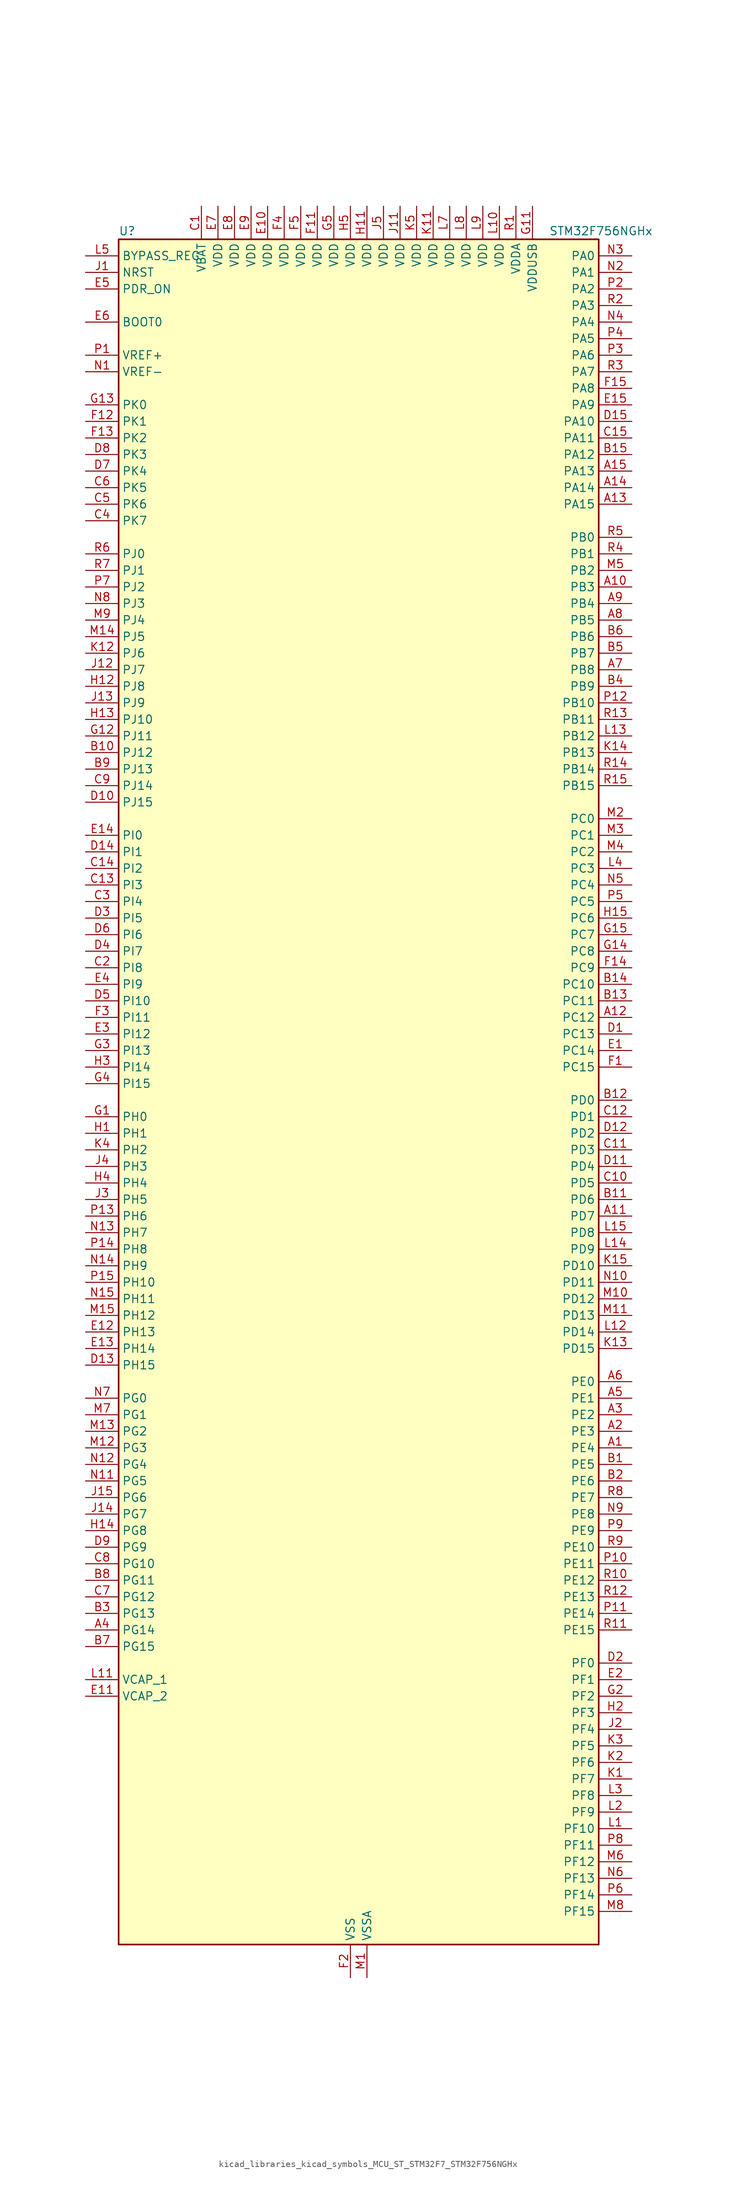
<source format=kicad_sym>
(kicad_symbol_lib
  (version 20220914)
  (generator kicad_symbol_editor)
  (symbol "kicad_libraries_kicad_symbols_MCU_ST_STM32F7_STM32F756NGHx"
    (property "Reference" "U"
      (at -35.56 133.35 0)
      (effects (font (size 1.27 1.27)) (justify left)))
    (property "Value" "STM32F756NGHx"
      (at 30.48 133.35 0)
      (effects (font (size 1.27 1.27)) (justify left)))
    (property "ki_locked" ""
      (at 0 0 0)
      (effects (font (size 1.27 1.27))))
    (symbol "kicad_libraries_kicad_symbols_MCU_ST_STM32F7_STM32F756NGHx_0_1"
      (rectangle (start -35.56 -129.54) (end 38.1 132.08) (stroke (width 0.254) (type default)) (fill (type background))))
    (symbol "kicad_libraries_kicad_symbols_MCU_ST_STM32F7_STM32F756NGHx_1_1"
      (pin bidirectional line (at 43.18 -53.34 180) (length 5.08) (name "PE4" (effects (font (size 1.27 1.27)))) (number "A1" (effects (font (size 1.27 1.27)))) (alternate "DCMI_D4" bidirectional line) (alternate "FMC_A20" bidirectional line) (alternate "LTDC_B0" bidirectional line) (alternate "SAI1_FS_A" bidirectional line) (alternate "SPI4_NSS" bidirectional line) (alternate "SYS_TRACED1" bidirectional line))
      (pin bidirectional line (at 43.18 78.74 180) (length 5.08) (name "PB3" (effects (font (size 1.27 1.27)))) (number "A10" (effects (font (size 1.27 1.27)))) (alternate "I2S1_CK" bidirectional line) (alternate "I2S3_CK" bidirectional line) (alternate "SPI1_SCK" bidirectional line) (alternate "SPI3_SCK" bidirectional line) (alternate "SYS_JTDO-SWO" bidirectional line) (alternate "TIM2_CH2" bidirectional line))
      (pin bidirectional line (at 43.18 -17.78 180) (length 5.08) (name "PD7" (effects (font (size 1.27 1.27)))) (number "A11" (effects (font (size 1.27 1.27)))) (alternate "FMC_NE1" bidirectional line) (alternate "SPDIFRX_IN0" bidirectional line) (alternate "USART2_CK" bidirectional line))
      (pin bidirectional line (at 43.18 12.7 180) (length 5.08) (name "PC12" (effects (font (size 1.27 1.27)))) (number "A12" (effects (font (size 1.27 1.27)))) (alternate "DCMI_D9" bidirectional line) (alternate "I2S3_SD" bidirectional line) (alternate "SDMMC1_CK" bidirectional line) (alternate "SPI3_MOSI" bidirectional line) (alternate "SYS_TRACED3" bidirectional line) (alternate "UART5_TX" bidirectional line) (alternate "USART3_CK" bidirectional line))
      (pin bidirectional line (at 43.18 91.44 180) (length 5.08) (name "PA15" (effects (font (size 1.27 1.27)))) (number "A13" (effects (font (size 1.27 1.27)))) (alternate "CEC" bidirectional line) (alternate "I2S1_WS" bidirectional line) (alternate "I2S3_WS" bidirectional line) (alternate "SPI1_NSS" bidirectional line) (alternate "SPI3_NSS" bidirectional line) (alternate "SYS_JTDI" bidirectional line) (alternate "TIM2_CH1" bidirectional line) (alternate "TIM2_ETR" bidirectional line) (alternate "UART4_DE" bidirectional line) (alternate "UART4_RTS" bidirectional line))
      (pin bidirectional line (at 43.18 93.98 180) (length 5.08) (name "PA14" (effects (font (size 1.27 1.27)))) (number "A14" (effects (font (size 1.27 1.27)))) (alternate "SYS_JTCK-SWCLK" bidirectional line))
      (pin bidirectional line (at 43.18 96.52 180) (length 5.08) (name "PA13" (effects (font (size 1.27 1.27)))) (number "A15" (effects (font (size 1.27 1.27)))) (alternate "SYS_JTMS-SWDIO" bidirectional line))
      (pin bidirectional line (at 43.18 -50.8 180) (length 5.08) (name "PE3" (effects (font (size 1.27 1.27)))) (number "A2" (effects (font (size 1.27 1.27)))) (alternate "FMC_A19" bidirectional line) (alternate "SAI1_SD_B" bidirectional line) (alternate "SYS_TRACED0" bidirectional line))
      (pin bidirectional line (at 43.18 -48.26 180) (length 5.08) (name "PE2" (effects (font (size 1.27 1.27)))) (number "A3" (effects (font (size 1.27 1.27)))) (alternate "ETH_TXD3" bidirectional line) (alternate "FMC_A23" bidirectional line) (alternate "QUADSPI_BK1_IO2" bidirectional line) (alternate "SAI1_MCLK_A" bidirectional line) (alternate "SPI4_SCK" bidirectional line) (alternate "SYS_TRACECLK" bidirectional line))
      (pin bidirectional line (at -40.64 -81.28 0) (length 5.08) (name "PG14" (effects (font (size 1.27 1.27)))) (number "A4" (effects (font (size 1.27 1.27)))) (alternate "ETH_TXD1" bidirectional line) (alternate "FMC_A25" bidirectional line) (alternate "LPTIM1_ETR" bidirectional line) (alternate "LTDC_B0" bidirectional line) (alternate "QUADSPI_BK2_IO3" bidirectional line) (alternate "SPI6_MOSI" bidirectional line) (alternate "SYS_TRACED1" bidirectional line) (alternate "USART6_TX" bidirectional line))
      (pin bidirectional line (at 43.18 -45.72 180) (length 5.08) (name "PE1" (effects (font (size 1.27 1.27)))) (number "A5" (effects (font (size 1.27 1.27)))) (alternate "DCMI_D3" bidirectional line) (alternate "FMC_NBL1" bidirectional line) (alternate "LPTIM1_IN2" bidirectional line) (alternate "UART8_TX" bidirectional line))
      (pin bidirectional line (at 43.18 -43.18 180) (length 5.08) (name "PE0" (effects (font (size 1.27 1.27)))) (number "A6" (effects (font (size 1.27 1.27)))) (alternate "DCMI_D2" bidirectional line) (alternate "FMC_NBL0" bidirectional line) (alternate "LPTIM1_ETR" bidirectional line) (alternate "SAI2_MCLK_A" bidirectional line) (alternate "TIM4_ETR" bidirectional line) (alternate "UART8_RX" bidirectional line))
      (pin bidirectional line (at 43.18 66.04 180) (length 5.08) (name "PB8" (effects (font (size 1.27 1.27)))) (number "A7" (effects (font (size 1.27 1.27)))) (alternate "CAN1_RX" bidirectional line) (alternate "DCMI_D6" bidirectional line) (alternate "ETH_TXD3" bidirectional line) (alternate "I2C1_SCL" bidirectional line) (alternate "LTDC_B6" bidirectional line) (alternate "SDMMC1_D4" bidirectional line) (alternate "TIM10_CH1" bidirectional line) (alternate "TIM4_CH3" bidirectional line))
      (pin bidirectional line (at 43.18 73.66 180) (length 5.08) (name "PB5" (effects (font (size 1.27 1.27)))) (number "A8" (effects (font (size 1.27 1.27)))) (alternate "CAN2_RX" bidirectional line) (alternate "DCMI_D10" bidirectional line) (alternate "ETH_PPS_OUT" bidirectional line) (alternate "FMC_SDCKE1" bidirectional line) (alternate "I2C1_SMBA" bidirectional line) (alternate "I2S1_SD" bidirectional line) (alternate "I2S3_SD" bidirectional line) (alternate "SPI1_MOSI" bidirectional line) (alternate "SPI3_MOSI" bidirectional line) (alternate "TIM3_CH2" bidirectional line) (alternate "USB_OTG_HS_ULPI_D7" bidirectional line))
      (pin bidirectional line (at 43.18 76.2 180) (length 5.08) (name "PB4" (effects (font (size 1.27 1.27)))) (number "A9" (effects (font (size 1.27 1.27)))) (alternate "I2S2_WS" bidirectional line) (alternate "SPI1_MISO" bidirectional line) (alternate "SPI2_NSS" bidirectional line) (alternate "SPI3_MISO" bidirectional line) (alternate "SYS_JTRST" bidirectional line) (alternate "TIM3_CH1" bidirectional line))
      (pin bidirectional line (at 43.18 -55.88 180) (length 5.08) (name "PE5" (effects (font (size 1.27 1.27)))) (number "B1" (effects (font (size 1.27 1.27)))) (alternate "DCMI_D6" bidirectional line) (alternate "FMC_A21" bidirectional line) (alternate "LTDC_G0" bidirectional line) (alternate "SAI1_SCK_A" bidirectional line) (alternate "SPI4_MISO" bidirectional line) (alternate "SYS_TRACED2" bidirectional line) (alternate "TIM9_CH1" bidirectional line))
      (pin bidirectional line (at -40.64 53.34 0) (length 5.08) (name "PJ12" (effects (font (size 1.27 1.27)))) (number "B10" (effects (font (size 1.27 1.27)))) (alternate "LTDC_B0" bidirectional line))
      (pin bidirectional line (at 43.18 -15.24 180) (length 5.08) (name "PD6" (effects (font (size 1.27 1.27)))) (number "B11" (effects (font (size 1.27 1.27)))) (alternate "DCMI_D10" bidirectional line) (alternate "FMC_NWAIT" bidirectional line) (alternate "I2S3_SD" bidirectional line) (alternate "LTDC_B2" bidirectional line) (alternate "SAI1_SD_A" bidirectional line) (alternate "SPI3_MOSI" bidirectional line) (alternate "USART2_RX" bidirectional line))
      (pin bidirectional line (at 43.18 0 180) (length 5.08) (name "PD0" (effects (font (size 1.27 1.27)))) (number "B12" (effects (font (size 1.27 1.27)))) (alternate "CAN1_RX" bidirectional line) (alternate "FMC_D2" bidirectional line) (alternate "FMC_DA2" bidirectional line))
      (pin bidirectional line (at 43.18 15.24 180) (length 5.08) (name "PC11" (effects (font (size 1.27 1.27)))) (number "B13" (effects (font (size 1.27 1.27)))) (alternate "ADC1_EXTI11" bidirectional line) (alternate "ADC2_EXTI11" bidirectional line) (alternate "ADC3_EXTI11" bidirectional line) (alternate "DCMI_D4" bidirectional line) (alternate "QUADSPI_BK2_NCS" bidirectional line) (alternate "SDMMC1_D3" bidirectional line) (alternate "SPI3_MISO" bidirectional line) (alternate "UART4_RX" bidirectional line) (alternate "USART3_RX" bidirectional line))
      (pin bidirectional line (at 43.18 17.78 180) (length 5.08) (name "PC10" (effects (font (size 1.27 1.27)))) (number "B14" (effects (font (size 1.27 1.27)))) (alternate "DCMI_D8" bidirectional line) (alternate "I2S3_CK" bidirectional line) (alternate "LTDC_R2" bidirectional line) (alternate "QUADSPI_BK1_IO1" bidirectional line) (alternate "SDMMC1_D2" bidirectional line) (alternate "SPI3_SCK" bidirectional line) (alternate "UART4_TX" bidirectional line) (alternate "USART3_TX" bidirectional line))
      (pin bidirectional line (at 43.18 99.06 180) (length 5.08) (name "PA12" (effects (font (size 1.27 1.27)))) (number "B15" (effects (font (size 1.27 1.27)))) (alternate "CAN1_TX" bidirectional line) (alternate "LTDC_R5" bidirectional line) (alternate "SAI2_FS_B" bidirectional line) (alternate "TIM1_ETR" bidirectional line) (alternate "USART1_DE" bidirectional line) (alternate "USART1_RTS" bidirectional line) (alternate "USB_OTG_FS_DP" bidirectional line))
      (pin bidirectional line (at 43.18 -58.42 180) (length 5.08) (name "PE6" (effects (font (size 1.27 1.27)))) (number "B2" (effects (font (size 1.27 1.27)))) (alternate "DCMI_D7" bidirectional line) (alternate "FMC_A22" bidirectional line) (alternate "LTDC_G1" bidirectional line) (alternate "SAI1_SD_A" bidirectional line) (alternate "SAI2_MCLK_B" bidirectional line) (alternate "SPI4_MOSI" bidirectional line) (alternate "SYS_TRACED3" bidirectional line) (alternate "TIM1_BKIN2" bidirectional line) (alternate "TIM9_CH2" bidirectional line))
      (pin bidirectional line (at -40.64 -78.74 0) (length 5.08) (name "PG13" (effects (font (size 1.27 1.27)))) (number "B3" (effects (font (size 1.27 1.27)))) (alternate "ETH_TXD0" bidirectional line) (alternate "FMC_A24" bidirectional line) (alternate "LPTIM1_OUT" bidirectional line) (alternate "LTDC_R0" bidirectional line) (alternate "SPI6_SCK" bidirectional line) (alternate "SYS_TRACED0" bidirectional line) (alternate "USART6_CTS" bidirectional line))
      (pin bidirectional line (at 43.18 63.5 180) (length 5.08) (name "PB9" (effects (font (size 1.27 1.27)))) (number "B4" (effects (font (size 1.27 1.27)))) (alternate "CAN1_TX" bidirectional line) (alternate "DAC_EXTI9" bidirectional line) (alternate "DCMI_D7" bidirectional line) (alternate "I2C1_SDA" bidirectional line) (alternate "I2S2_WS" bidirectional line) (alternate "LTDC_B7" bidirectional line) (alternate "SDMMC1_D5" bidirectional line) (alternate "SPI2_NSS" bidirectional line) (alternate "TIM11_CH1" bidirectional line) (alternate "TIM4_CH4" bidirectional line))
      (pin bidirectional line (at 43.18 68.58 180) (length 5.08) (name "PB7" (effects (font (size 1.27 1.27)))) (number "B5" (effects (font (size 1.27 1.27)))) (alternate "DCMI_VSYNC" bidirectional line) (alternate "FMC_NL" bidirectional line) (alternate "I2C1_SDA" bidirectional line) (alternate "TIM4_CH2" bidirectional line) (alternate "USART1_RX" bidirectional line))
      (pin bidirectional line (at 43.18 71.12 180) (length 5.08) (name "PB6" (effects (font (size 1.27 1.27)))) (number "B6" (effects (font (size 1.27 1.27)))) (alternate "CAN2_TX" bidirectional line) (alternate "CEC" bidirectional line) (alternate "DCMI_D5" bidirectional line) (alternate "FMC_SDNE1" bidirectional line) (alternate "I2C1_SCL" bidirectional line) (alternate "QUADSPI_BK1_NCS" bidirectional line) (alternate "TIM4_CH1" bidirectional line) (alternate "USART1_TX" bidirectional line))
      (pin bidirectional line (at -40.64 -83.82 0) (length 5.08) (name "PG15" (effects (font (size 1.27 1.27)))) (number "B7" (effects (font (size 1.27 1.27)))) (alternate "DCMI_D13" bidirectional line) (alternate "FMC_SDNCAS" bidirectional line) (alternate "USART6_CTS" bidirectional line))
      (pin bidirectional line (at -40.64 -73.66 0) (length 5.08) (name "PG11" (effects (font (size 1.27 1.27)))) (number "B8" (effects (font (size 1.27 1.27)))) (alternate "ADC1_EXTI11" bidirectional line) (alternate "ADC2_EXTI11" bidirectional line) (alternate "ADC3_EXTI11" bidirectional line) (alternate "DCMI_D3" bidirectional line) (alternate "ETH_TX_EN" bidirectional line) (alternate "LTDC_B3" bidirectional line) (alternate "SPDIFRX_IN0" bidirectional line))
      (pin bidirectional line (at -40.64 50.8 0) (length 5.08) (name "PJ13" (effects (font (size 1.27 1.27)))) (number "B9" (effects (font (size 1.27 1.27)))) (alternate "LTDC_B1" bidirectional line))
      (pin power_in line (at -22.86 137.16 270) (length 5.08) (name "VBAT" (effects (font (size 1.27 1.27)))) (number "C1" (effects (font (size 1.27 1.27)))))
      (pin bidirectional line (at 43.18 -12.7 180) (length 5.08) (name "PD5" (effects (font (size 1.27 1.27)))) (number "C10" (effects (font (size 1.27 1.27)))) (alternate "FMC_NWE" bidirectional line) (alternate "USART2_TX" bidirectional line))
      (pin bidirectional line (at 43.18 -7.62 180) (length 5.08) (name "PD3" (effects (font (size 1.27 1.27)))) (number "C11" (effects (font (size 1.27 1.27)))) (alternate "DCMI_D5" bidirectional line) (alternate "FMC_CLK" bidirectional line) (alternate "I2S2_CK" bidirectional line) (alternate "LTDC_G7" bidirectional line) (alternate "SPI2_SCK" bidirectional line) (alternate "USART2_CTS" bidirectional line))
      (pin bidirectional line (at 43.18 -2.54 180) (length 5.08) (name "PD1" (effects (font (size 1.27 1.27)))) (number "C12" (effects (font (size 1.27 1.27)))) (alternate "CAN1_TX" bidirectional line) (alternate "FMC_D3" bidirectional line) (alternate "FMC_DA3" bidirectional line))
      (pin bidirectional line (at -40.64 33.02 0) (length 5.08) (name "PI3" (effects (font (size 1.27 1.27)))) (number "C13" (effects (font (size 1.27 1.27)))) (alternate "DCMI_D10" bidirectional line) (alternate "FMC_D27" bidirectional line) (alternate "I2S2_SD" bidirectional line) (alternate "SPI2_MOSI" bidirectional line) (alternate "TIM8_ETR" bidirectional line))
      (pin bidirectional line (at -40.64 35.56 0) (length 5.08) (name "PI2" (effects (font (size 1.27 1.27)))) (number "C14" (effects (font (size 1.27 1.27)))) (alternate "DCMI_D9" bidirectional line) (alternate "FMC_D26" bidirectional line) (alternate "LTDC_G7" bidirectional line) (alternate "SPI2_MISO" bidirectional line) (alternate "TIM8_CH4" bidirectional line))
      (pin bidirectional line (at 43.18 101.6 180) (length 5.08) (name "PA11" (effects (font (size 1.27 1.27)))) (number "C15" (effects (font (size 1.27 1.27)))) (alternate "ADC1_EXTI11" bidirectional line) (alternate "ADC2_EXTI11" bidirectional line) (alternate "ADC3_EXTI11" bidirectional line) (alternate "CAN1_RX" bidirectional line) (alternate "LTDC_R4" bidirectional line) (alternate "TIM1_CH4" bidirectional line) (alternate "USART1_CTS" bidirectional line) (alternate "USB_OTG_FS_DM" bidirectional line))
      (pin bidirectional line (at -40.64 20.32 0) (length 5.08) (name "PI8" (effects (font (size 1.27 1.27)))) (number "C2" (effects (font (size 1.27 1.27)))) (alternate "RTC_TAMP2" bidirectional line) (alternate "RTC_TS" bidirectional line) (alternate "SYS_WKUP5" bidirectional line))
      (pin bidirectional line (at -40.64 30.48 0) (length 5.08) (name "PI4" (effects (font (size 1.27 1.27)))) (number "C3" (effects (font (size 1.27 1.27)))) (alternate "DCMI_D5" bidirectional line) (alternate "FMC_NBL2" bidirectional line) (alternate "LTDC_B4" bidirectional line) (alternate "SAI2_MCLK_A" bidirectional line) (alternate "TIM8_BKIN" bidirectional line))
      (pin bidirectional line (at -40.64 88.9 0) (length 5.08) (name "PK7" (effects (font (size 1.27 1.27)))) (number "C4" (effects (font (size 1.27 1.27)))) (alternate "LTDC_DE" bidirectional line))
      (pin bidirectional line (at -40.64 91.44 0) (length 5.08) (name "PK6" (effects (font (size 1.27 1.27)))) (number "C5" (effects (font (size 1.27 1.27)))) (alternate "LTDC_B7" bidirectional line))
      (pin bidirectional line (at -40.64 93.98 0) (length 5.08) (name "PK5" (effects (font (size 1.27 1.27)))) (number "C6" (effects (font (size 1.27 1.27)))) (alternate "LTDC_B6" bidirectional line))
      (pin bidirectional line (at -40.64 -76.2 0) (length 5.08) (name "PG12" (effects (font (size 1.27 1.27)))) (number "C7" (effects (font (size 1.27 1.27)))) (alternate "FMC_NE4" bidirectional line) (alternate "LPTIM1_IN1" bidirectional line) (alternate "LTDC_B1" bidirectional line) (alternate "LTDC_B4" bidirectional line) (alternate "SPDIFRX_IN1" bidirectional line) (alternate "SPI6_MISO" bidirectional line) (alternate "USART6_DE" bidirectional line) (alternate "USART6_RTS" bidirectional line))
      (pin bidirectional line (at -40.64 -71.12 0) (length 5.08) (name "PG10" (effects (font (size 1.27 1.27)))) (number "C8" (effects (font (size 1.27 1.27)))) (alternate "DCMI_D2" bidirectional line) (alternate "FMC_NE3" bidirectional line) (alternate "LTDC_B2" bidirectional line) (alternate "LTDC_G3" bidirectional line) (alternate "SAI2_SD_B" bidirectional line))
      (pin bidirectional line (at -40.64 48.26 0) (length 5.08) (name "PJ14" (effects (font (size 1.27 1.27)))) (number "C9" (effects (font (size 1.27 1.27)))) (alternate "LTDC_B2" bidirectional line))
      (pin bidirectional line (at 43.18 10.16 180) (length 5.08) (name "PC13" (effects (font (size 1.27 1.27)))) (number "D1" (effects (font (size 1.27 1.27)))) (alternate "RTC_OUT" bidirectional line) (alternate "RTC_TAMP1" bidirectional line) (alternate "RTC_TS" bidirectional line) (alternate "SYS_WKUP4" bidirectional line))
      (pin bidirectional line (at -40.64 45.72 0) (length 5.08) (name "PJ15" (effects (font (size 1.27 1.27)))) (number "D10" (effects (font (size 1.27 1.27)))) (alternate "LTDC_B3" bidirectional line))
      (pin bidirectional line (at 43.18 -10.16 180) (length 5.08) (name "PD4" (effects (font (size 1.27 1.27)))) (number "D11" (effects (font (size 1.27 1.27)))) (alternate "FMC_NOE" bidirectional line) (alternate "USART2_DE" bidirectional line) (alternate "USART2_RTS" bidirectional line))
      (pin bidirectional line (at 43.18 -5.08 180) (length 5.08) (name "PD2" (effects (font (size 1.27 1.27)))) (number "D12" (effects (font (size 1.27 1.27)))) (alternate "DCMI_D11" bidirectional line) (alternate "SDMMC1_CMD" bidirectional line) (alternate "SYS_TRACED2" bidirectional line) (alternate "TIM3_ETR" bidirectional line) (alternate "UART5_RX" bidirectional line))
      (pin bidirectional line (at -40.64 -40.64 0) (length 5.08) (name "PH15" (effects (font (size 1.27 1.27)))) (number "D13" (effects (font (size 1.27 1.27)))) (alternate "DCMI_D11" bidirectional line) (alternate "FMC_D23" bidirectional line) (alternate "LTDC_G4" bidirectional line) (alternate "TIM8_CH3N" bidirectional line))
      (pin bidirectional line (at -40.64 38.1 0) (length 5.08) (name "PI1" (effects (font (size 1.27 1.27)))) (number "D14" (effects (font (size 1.27 1.27)))) (alternate "DCMI_D8" bidirectional line) (alternate "FMC_D25" bidirectional line) (alternate "I2S2_CK" bidirectional line) (alternate "LTDC_G6" bidirectional line) (alternate "SPI2_SCK" bidirectional line) (alternate "TIM8_BKIN2" bidirectional line))
      (pin bidirectional line (at 43.18 104.14 180) (length 5.08) (name "PA10" (effects (font (size 1.27 1.27)))) (number "D15" (effects (font (size 1.27 1.27)))) (alternate "DCMI_D1" bidirectional line) (alternate "TIM1_CH3" bidirectional line) (alternate "USART1_RX" bidirectional line) (alternate "USB_OTG_FS_ID" bidirectional line))
      (pin bidirectional line (at 43.18 -86.36 180) (length 5.08) (name "PF0" (effects (font (size 1.27 1.27)))) (number "D2" (effects (font (size 1.27 1.27)))) (alternate "FMC_A0" bidirectional line) (alternate "I2C2_SDA" bidirectional line))
      (pin bidirectional line (at -40.64 27.94 0) (length 5.08) (name "PI5" (effects (font (size 1.27 1.27)))) (number "D3" (effects (font (size 1.27 1.27)))) (alternate "DCMI_VSYNC" bidirectional line) (alternate "FMC_NBL3" bidirectional line) (alternate "LTDC_B5" bidirectional line) (alternate "SAI2_SCK_A" bidirectional line) (alternate "TIM8_CH1" bidirectional line))
      (pin bidirectional line (at -40.64 22.86 0) (length 5.08) (name "PI7" (effects (font (size 1.27 1.27)))) (number "D4" (effects (font (size 1.27 1.27)))) (alternate "DCMI_D7" bidirectional line) (alternate "FMC_D29" bidirectional line) (alternate "LTDC_B7" bidirectional line) (alternate "SAI2_FS_A" bidirectional line) (alternate "TIM8_CH3" bidirectional line))
      (pin bidirectional line (at -40.64 15.24 0) (length 5.08) (name "PI10" (effects (font (size 1.27 1.27)))) (number "D5" (effects (font (size 1.27 1.27)))) (alternate "ETH_RX_ER" bidirectional line) (alternate "FMC_D31" bidirectional line) (alternate "LTDC_HSYNC" bidirectional line))
      (pin bidirectional line (at -40.64 25.4 0) (length 5.08) (name "PI6" (effects (font (size 1.27 1.27)))) (number "D6" (effects (font (size 1.27 1.27)))) (alternate "DCMI_D6" bidirectional line) (alternate "FMC_D28" bidirectional line) (alternate "LTDC_B6" bidirectional line) (alternate "SAI2_SD_A" bidirectional line) (alternate "TIM8_CH2" bidirectional line))
      (pin bidirectional line (at -40.64 96.52 0) (length 5.08) (name "PK4" (effects (font (size 1.27 1.27)))) (number "D7" (effects (font (size 1.27 1.27)))) (alternate "LTDC_B5" bidirectional line))
      (pin bidirectional line (at -40.64 99.06 0) (length 5.08) (name "PK3" (effects (font (size 1.27 1.27)))) (number "D8" (effects (font (size 1.27 1.27)))) (alternate "LTDC_B4" bidirectional line))
      (pin bidirectional line (at -40.64 -68.58 0) (length 5.08) (name "PG9" (effects (font (size 1.27 1.27)))) (number "D9" (effects (font (size 1.27 1.27)))) (alternate "DAC_EXTI9" bidirectional line) (alternate "DCMI_VSYNC" bidirectional line) (alternate "FMC_NCE" bidirectional line) (alternate "FMC_NE2" bidirectional line) (alternate "QUADSPI_BK2_IO2" bidirectional line) (alternate "SAI2_FS_B" bidirectional line) (alternate "SPDIFRX_IN3" bidirectional line) (alternate "USART6_RX" bidirectional line))
      (pin bidirectional line (at 43.18 7.62 180) (length 5.08) (name "PC14" (effects (font (size 1.27 1.27)))) (number "E1" (effects (font (size 1.27 1.27)))) (alternate "RCC_OSC32_IN" bidirectional line))
      (pin power_in line (at -12.7 137.16 270) (length 5.08) (name "VDD" (effects (font (size 1.27 1.27)))) (number "E10" (effects (font (size 1.27 1.27)))))
      (pin power_out line (at -40.64 -91.44 0) (length 5.08) (name "VCAP_2" (effects (font (size 1.27 1.27)))) (number "E11" (effects (font (size 1.27 1.27)))))
      (pin bidirectional line (at -40.64 -35.56 0) (length 5.08) (name "PH13" (effects (font (size 1.27 1.27)))) (number "E12" (effects (font (size 1.27 1.27)))) (alternate "CAN1_TX" bidirectional line) (alternate "FMC_D21" bidirectional line) (alternate "LTDC_G2" bidirectional line) (alternate "TIM8_CH1N" bidirectional line))
      (pin bidirectional line (at -40.64 -38.1 0) (length 5.08) (name "PH14" (effects (font (size 1.27 1.27)))) (number "E13" (effects (font (size 1.27 1.27)))) (alternate "DCMI_D4" bidirectional line) (alternate "FMC_D22" bidirectional line) (alternate "LTDC_G3" bidirectional line) (alternate "TIM8_CH2N" bidirectional line))
      (pin bidirectional line (at -40.64 40.64 0) (length 5.08) (name "PI0" (effects (font (size 1.27 1.27)))) (number "E14" (effects (font (size 1.27 1.27)))) (alternate "DCMI_D13" bidirectional line) (alternate "FMC_D24" bidirectional line) (alternate "I2S2_WS" bidirectional line) (alternate "LTDC_G5" bidirectional line) (alternate "SPI2_NSS" bidirectional line) (alternate "TIM5_CH4" bidirectional line))
      (pin bidirectional line (at 43.18 106.68 180) (length 5.08) (name "PA9" (effects (font (size 1.27 1.27)))) (number "E15" (effects (font (size 1.27 1.27)))) (alternate "DAC_EXTI9" bidirectional line) (alternate "DCMI_D0" bidirectional line) (alternate "I2C3_SMBA" bidirectional line) (alternate "I2S2_CK" bidirectional line) (alternate "SPI2_SCK" bidirectional line) (alternate "TIM1_CH2" bidirectional line) (alternate "USART1_TX" bidirectional line) (alternate "USB_OTG_FS_VBUS" bidirectional line))
      (pin bidirectional line (at 43.18 -88.9 180) (length 5.08) (name "PF1" (effects (font (size 1.27 1.27)))) (number "E2" (effects (font (size 1.27 1.27)))) (alternate "FMC_A1" bidirectional line) (alternate "I2C2_SCL" bidirectional line))
      (pin bidirectional line (at -40.64 10.16 0) (length 5.08) (name "PI12" (effects (font (size 1.27 1.27)))) (number "E3" (effects (font (size 1.27 1.27)))) (alternate "LTDC_HSYNC" bidirectional line))
      (pin bidirectional line (at -40.64 17.78 0) (length 5.08) (name "PI9" (effects (font (size 1.27 1.27)))) (number "E4" (effects (font (size 1.27 1.27)))) (alternate "CAN1_RX" bidirectional line) (alternate "DAC_EXTI9" bidirectional line) (alternate "FMC_D30" bidirectional line) (alternate "LTDC_VSYNC" bidirectional line))
      (pin input line (at -40.64 124.46 0) (length 5.08) (name "PDR_ON" (effects (font (size 1.27 1.27)))) (number "E5" (effects (font (size 1.27 1.27)))))
      (pin input line (at -40.64 119.38 0) (length 5.08) (name "BOOT0" (effects (font (size 1.27 1.27)))) (number "E6" (effects (font (size 1.27 1.27)))))
      (pin power_in line (at -20.32 137.16 270) (length 5.08) (name "VDD" (effects (font (size 1.27 1.27)))) (number "E7" (effects (font (size 1.27 1.27)))))
      (pin power_in line (at -17.78 137.16 270) (length 5.08) (name "VDD" (effects (font (size 1.27 1.27)))) (number "E8" (effects (font (size 1.27 1.27)))))
      (pin power_in line (at -15.24 137.16 270) (length 5.08) (name "VDD" (effects (font (size 1.27 1.27)))) (number "E9" (effects (font (size 1.27 1.27)))))
      (pin bidirectional line (at 43.18 5.08 180) (length 5.08) (name "PC15" (effects (font (size 1.27 1.27)))) (number "F1" (effects (font (size 1.27 1.27)))) (alternate "RCC_OSC32_OUT" bidirectional line))
      (pin passive line (at 0 -134.62 90) (length 5.08) hide (name "VSS" (effects (font (size 1.27 1.27)))) (number "F10" (effects (font (size 1.27 1.27)))))
      (pin power_in line (at -5.08 137.16 270) (length 5.08) (name "VDD" (effects (font (size 1.27 1.27)))) (number "F11" (effects (font (size 1.27 1.27)))))
      (pin bidirectional line (at -40.64 104.14 0) (length 5.08) (name "PK1" (effects (font (size 1.27 1.27)))) (number "F12" (effects (font (size 1.27 1.27)))) (alternate "LTDC_G6" bidirectional line))
      (pin bidirectional line (at -40.64 101.6 0) (length 5.08) (name "PK2" (effects (font (size 1.27 1.27)))) (number "F13" (effects (font (size 1.27 1.27)))) (alternate "LTDC_G7" bidirectional line))
      (pin bidirectional line (at 43.18 20.32 180) (length 5.08) (name "PC9" (effects (font (size 1.27 1.27)))) (number "F14" (effects (font (size 1.27 1.27)))) (alternate "DAC_EXTI9" bidirectional line) (alternate "DCMI_D3" bidirectional line) (alternate "I2C3_SDA" bidirectional line) (alternate "I2S_CKIN" bidirectional line) (alternate "QUADSPI_BK1_IO0" bidirectional line) (alternate "RCC_MCO_2" bidirectional line) (alternate "SDMMC1_D1" bidirectional line) (alternate "TIM3_CH4" bidirectional line) (alternate "TIM8_CH4" bidirectional line) (alternate "UART5_CTS" bidirectional line))
      (pin bidirectional line (at 43.18 109.22 180) (length 5.08) (name "PA8" (effects (font (size 1.27 1.27)))) (number "F15" (effects (font (size 1.27 1.27)))) (alternate "I2C3_SCL" bidirectional line) (alternate "LTDC_R6" bidirectional line) (alternate "RCC_MCO_1" bidirectional line) (alternate "TIM1_CH1" bidirectional line) (alternate "TIM8_BKIN2" bidirectional line) (alternate "USART1_CK" bidirectional line) (alternate "USB_OTG_FS_SOF" bidirectional line))
      (pin power_in line (at 0 -134.62 90) (length 5.08) (name "VSS" (effects (font (size 1.27 1.27)))) (number "F2" (effects (font (size 1.27 1.27)))))
      (pin bidirectional line (at -40.64 12.7 0) (length 5.08) (name "PI11" (effects (font (size 1.27 1.27)))) (number "F3" (effects (font (size 1.27 1.27)))) (alternate "ADC1_EXTI11" bidirectional line) (alternate "ADC2_EXTI11" bidirectional line) (alternate "ADC3_EXTI11" bidirectional line) (alternate "SYS_WKUP6" bidirectional line) (alternate "USB_OTG_HS_ULPI_DIR" bidirectional line))
      (pin power_in line (at -10.16 137.16 270) (length 5.08) (name "VDD" (effects (font (size 1.27 1.27)))) (number "F4" (effects (font (size 1.27 1.27)))))
      (pin power_in line (at -7.62 137.16 270) (length 5.08) (name "VDD" (effects (font (size 1.27 1.27)))) (number "F5" (effects (font (size 1.27 1.27)))))
      (pin passive line (at 0 -134.62 90) (length 5.08) hide (name "VSS" (effects (font (size 1.27 1.27)))) (number "F6" (effects (font (size 1.27 1.27)))))
      (pin passive line (at 0 -134.62 90) (length 5.08) hide (name "VSS" (effects (font (size 1.27 1.27)))) (number "F7" (effects (font (size 1.27 1.27)))))
      (pin passive line (at 0 -134.62 90) (length 5.08) hide (name "VSS" (effects (font (size 1.27 1.27)))) (number "F8" (effects (font (size 1.27 1.27)))))
      (pin passive line (at 0 -134.62 90) (length 5.08) hide (name "VSS" (effects (font (size 1.27 1.27)))) (number "F9" (effects (font (size 1.27 1.27)))))
      (pin bidirectional line (at -40.64 -2.54 0) (length 5.08) (name "PH0" (effects (font (size 1.27 1.27)))) (number "G1" (effects (font (size 1.27 1.27)))) (alternate "RCC_OSC_IN" bidirectional line))
      (pin passive line (at 0 -134.62 90) (length 5.08) hide (name "VSS" (effects (font (size 1.27 1.27)))) (number "G10" (effects (font (size 1.27 1.27)))))
      (pin power_in line (at 27.94 137.16 270) (length 5.08) (name "VDDUSB" (effects (font (size 1.27 1.27)))) (number "G11" (effects (font (size 1.27 1.27)))))
      (pin bidirectional line (at -40.64 55.88 0) (length 5.08) (name "PJ11" (effects (font (size 1.27 1.27)))) (number "G12" (effects (font (size 1.27 1.27)))) (alternate "ADC1_EXTI11" bidirectional line) (alternate "ADC2_EXTI11" bidirectional line) (alternate "ADC3_EXTI11" bidirectional line) (alternate "LTDC_G4" bidirectional line))
      (pin bidirectional line (at -40.64 106.68 0) (length 5.08) (name "PK0" (effects (font (size 1.27 1.27)))) (number "G13" (effects (font (size 1.27 1.27)))) (alternate "LTDC_G5" bidirectional line))
      (pin bidirectional line (at 43.18 22.86 180) (length 5.08) (name "PC8" (effects (font (size 1.27 1.27)))) (number "G14" (effects (font (size 1.27 1.27)))) (alternate "DCMI_D2" bidirectional line) (alternate "SDMMC1_D0" bidirectional line) (alternate "SYS_TRACED1" bidirectional line) (alternate "TIM3_CH3" bidirectional line) (alternate "TIM8_CH3" bidirectional line) (alternate "UART5_DE" bidirectional line) (alternate "UART5_RTS" bidirectional line) (alternate "USART6_CK" bidirectional line))
      (pin bidirectional line (at 43.18 25.4 180) (length 5.08) (name "PC7" (effects (font (size 1.27 1.27)))) (number "G15" (effects (font (size 1.27 1.27)))) (alternate "DCMI_D1" bidirectional line) (alternate "I2S3_MCK" bidirectional line) (alternate "LTDC_G6" bidirectional line) (alternate "SDMMC1_D7" bidirectional line) (alternate "TIM3_CH2" bidirectional line) (alternate "TIM8_CH2" bidirectional line) (alternate "USART6_RX" bidirectional line))
      (pin bidirectional line (at 43.18 -91.44 180) (length 5.08) (name "PF2" (effects (font (size 1.27 1.27)))) (number "G2" (effects (font (size 1.27 1.27)))) (alternate "FMC_A2" bidirectional line) (alternate "I2C2_SMBA" bidirectional line))
      (pin bidirectional line (at -40.64 7.62 0) (length 5.08) (name "PI13" (effects (font (size 1.27 1.27)))) (number "G3" (effects (font (size 1.27 1.27)))) (alternate "LTDC_VSYNC" bidirectional line))
      (pin bidirectional line (at -40.64 2.54 0) (length 5.08) (name "PI15" (effects (font (size 1.27 1.27)))) (number "G4" (effects (font (size 1.27 1.27)))) (alternate "LTDC_R0" bidirectional line))
      (pin power_in line (at -2.54 137.16 270) (length 5.08) (name "VDD" (effects (font (size 1.27 1.27)))) (number "G5" (effects (font (size 1.27 1.27)))))
      (pin passive line (at 0 -134.62 90) (length 5.08) hide (name "VSS" (effects (font (size 1.27 1.27)))) (number "G6" (effects (font (size 1.27 1.27)))))
      (pin bidirectional line (at -40.64 -5.08 0) (length 5.08) (name "PH1" (effects (font (size 1.27 1.27)))) (number "H1" (effects (font (size 1.27 1.27)))) (alternate "RCC_OSC_OUT" bidirectional line))
      (pin passive line (at 0 -134.62 90) (length 5.08) hide (name "VSS" (effects (font (size 1.27 1.27)))) (number "H10" (effects (font (size 1.27 1.27)))))
      (pin power_in line (at 2.54 137.16 270) (length 5.08) (name "VDD" (effects (font (size 1.27 1.27)))) (number "H11" (effects (font (size 1.27 1.27)))))
      (pin bidirectional line (at -40.64 63.5 0) (length 5.08) (name "PJ8" (effects (font (size 1.27 1.27)))) (number "H12" (effects (font (size 1.27 1.27)))) (alternate "LTDC_G1" bidirectional line))
      (pin bidirectional line (at -40.64 58.42 0) (length 5.08) (name "PJ10" (effects (font (size 1.27 1.27)))) (number "H13" (effects (font (size 1.27 1.27)))) (alternate "LTDC_G3" bidirectional line))
      (pin bidirectional line (at -40.64 -66.04 0) (length 5.08) (name "PG8" (effects (font (size 1.27 1.27)))) (number "H14" (effects (font (size 1.27 1.27)))) (alternate "ETH_PPS_OUT" bidirectional line) (alternate "FMC_SDCLK" bidirectional line) (alternate "SPDIFRX_IN2" bidirectional line) (alternate "SPI6_NSS" bidirectional line) (alternate "USART6_DE" bidirectional line) (alternate "USART6_RTS" bidirectional line))
      (pin bidirectional line (at 43.18 27.94 180) (length 5.08) (name "PC6" (effects (font (size 1.27 1.27)))) (number "H15" (effects (font (size 1.27 1.27)))) (alternate "DCMI_D0" bidirectional line) (alternate "I2S2_MCK" bidirectional line) (alternate "LTDC_HSYNC" bidirectional line) (alternate "SDMMC1_D6" bidirectional line) (alternate "TIM3_CH1" bidirectional line) (alternate "TIM8_CH1" bidirectional line) (alternate "USART6_TX" bidirectional line))
      (pin bidirectional line (at 43.18 -93.98 180) (length 5.08) (name "PF3" (effects (font (size 1.27 1.27)))) (number "H2" (effects (font (size 1.27 1.27)))) (alternate "ADC3_IN9" bidirectional line) (alternate "FMC_A3" bidirectional line))
      (pin bidirectional line (at -40.64 5.08 0) (length 5.08) (name "PI14" (effects (font (size 1.27 1.27)))) (number "H3" (effects (font (size 1.27 1.27)))) (alternate "LTDC_CLK" bidirectional line))
      (pin bidirectional line (at -40.64 -12.7 0) (length 5.08) (name "PH4" (effects (font (size 1.27 1.27)))) (number "H4" (effects (font (size 1.27 1.27)))) (alternate "I2C2_SCL" bidirectional line) (alternate "USB_OTG_HS_ULPI_NXT" bidirectional line))
      (pin power_in line (at 0 137.16 270) (length 5.08) (name "VDD" (effects (font (size 1.27 1.27)))) (number "H5" (effects (font (size 1.27 1.27)))))
      (pin passive line (at 0 -134.62 90) (length 5.08) hide (name "VSS" (effects (font (size 1.27 1.27)))) (number "H6" (effects (font (size 1.27 1.27)))))
      (pin input line (at -40.64 127 0) (length 5.08) (name "NRST" (effects (font (size 1.27 1.27)))) (number "J1" (effects (font (size 1.27 1.27)))))
      (pin passive line (at 0 -134.62 90) (length 5.08) hide (name "VSS" (effects (font (size 1.27 1.27)))) (number "J10" (effects (font (size 1.27 1.27)))))
      (pin power_in line (at 7.62 137.16 270) (length 5.08) (name "VDD" (effects (font (size 1.27 1.27)))) (number "J11" (effects (font (size 1.27 1.27)))))
      (pin bidirectional line (at -40.64 66.04 0) (length 5.08) (name "PJ7" (effects (font (size 1.27 1.27)))) (number "J12" (effects (font (size 1.27 1.27)))) (alternate "LTDC_G0" bidirectional line))
      (pin bidirectional line (at -40.64 60.96 0) (length 5.08) (name "PJ9" (effects (font (size 1.27 1.27)))) (number "J13" (effects (font (size 1.27 1.27)))) (alternate "DAC_EXTI9" bidirectional line) (alternate "LTDC_G2" bidirectional line))
      (pin bidirectional line (at -40.64 -63.5 0) (length 5.08) (name "PG7" (effects (font (size 1.27 1.27)))) (number "J14" (effects (font (size 1.27 1.27)))) (alternate "DCMI_D13" bidirectional line) (alternate "FMC_INT" bidirectional line) (alternate "LTDC_CLK" bidirectional line) (alternate "USART6_CK" bidirectional line))
      (pin bidirectional line (at -40.64 -60.96 0) (length 5.08) (name "PG6" (effects (font (size 1.27 1.27)))) (number "J15" (effects (font (size 1.27 1.27)))) (alternate "DCMI_D12" bidirectional line) (alternate "LTDC_R7" bidirectional line))
      (pin bidirectional line (at 43.18 -96.52 180) (length 5.08) (name "PF4" (effects (font (size 1.27 1.27)))) (number "J2" (effects (font (size 1.27 1.27)))) (alternate "ADC3_IN14" bidirectional line) (alternate "FMC_A4" bidirectional line))
      (pin bidirectional line (at -40.64 -15.24 0) (length 5.08) (name "PH5" (effects (font (size 1.27 1.27)))) (number "J3" (effects (font (size 1.27 1.27)))) (alternate "FMC_SDNWE" bidirectional line) (alternate "I2C2_SDA" bidirectional line) (alternate "SPI5_NSS" bidirectional line))
      (pin bidirectional line (at -40.64 -10.16 0) (length 5.08) (name "PH3" (effects (font (size 1.27 1.27)))) (number "J4" (effects (font (size 1.27 1.27)))) (alternate "ETH_COL" bidirectional line) (alternate "FMC_SDNE0" bidirectional line) (alternate "LTDC_R1" bidirectional line) (alternate "QUADSPI_BK2_IO1" bidirectional line) (alternate "SAI2_MCLK_B" bidirectional line))
      (pin power_in line (at 5.08 137.16 270) (length 5.08) (name "VDD" (effects (font (size 1.27 1.27)))) (number "J5" (effects (font (size 1.27 1.27)))))
      (pin passive line (at 0 -134.62 90) (length 5.08) hide (name "VSS" (effects (font (size 1.27 1.27)))) (number "J6" (effects (font (size 1.27 1.27)))))
      (pin bidirectional line (at 43.18 -104.14 180) (length 5.08) (name "PF7" (effects (font (size 1.27 1.27)))) (number "K1" (effects (font (size 1.27 1.27)))) (alternate "ADC3_IN5" bidirectional line) (alternate "QUADSPI_BK1_IO2" bidirectional line) (alternate "SAI1_MCLK_B" bidirectional line) (alternate "SPI5_SCK" bidirectional line) (alternate "TIM11_CH1" bidirectional line) (alternate "UART7_TX" bidirectional line))
      (pin passive line (at 0 -134.62 90) (length 5.08) hide (name "VSS" (effects (font (size 1.27 1.27)))) (number "K10" (effects (font (size 1.27 1.27)))))
      (pin power_in line (at 12.7 137.16 270) (length 5.08) (name "VDD" (effects (font (size 1.27 1.27)))) (number "K11" (effects (font (size 1.27 1.27)))))
      (pin bidirectional line (at -40.64 68.58 0) (length 5.08) (name "PJ6" (effects (font (size 1.27 1.27)))) (number "K12" (effects (font (size 1.27 1.27)))) (alternate "LTDC_R7" bidirectional line))
      (pin bidirectional line (at 43.18 -38.1 180) (length 5.08) (name "PD15" (effects (font (size 1.27 1.27)))) (number "K13" (effects (font (size 1.27 1.27)))) (alternate "FMC_D1" bidirectional line) (alternate "FMC_DA1" bidirectional line) (alternate "TIM4_CH4" bidirectional line) (alternate "UART8_DE" bidirectional line) (alternate "UART8_RTS" bidirectional line))
      (pin bidirectional line (at 43.18 53.34 180) (length 5.08) (name "PB13" (effects (font (size 1.27 1.27)))) (number "K14" (effects (font (size 1.27 1.27)))) (alternate "CAN2_TX" bidirectional line) (alternate "ETH_TXD1" bidirectional line) (alternate "I2S2_CK" bidirectional line) (alternate "SPI2_SCK" bidirectional line) (alternate "TIM1_CH1N" bidirectional line) (alternate "USART3_CTS" bidirectional line) (alternate "USB_OTG_HS_ULPI_D6" bidirectional line) (alternate "USB_OTG_HS_VBUS" bidirectional line))
      (pin bidirectional line (at 43.18 -25.4 180) (length 5.08) (name "PD10" (effects (font (size 1.27 1.27)))) (number "K15" (effects (font (size 1.27 1.27)))) (alternate "FMC_D15" bidirectional line) (alternate "FMC_DA15" bidirectional line) (alternate "LTDC_B3" bidirectional line) (alternate "USART3_CK" bidirectional line))
      (pin bidirectional line (at 43.18 -101.6 180) (length 5.08) (name "PF6" (effects (font (size 1.27 1.27)))) (number "K2" (effects (font (size 1.27 1.27)))) (alternate "ADC3_IN4" bidirectional line) (alternate "QUADSPI_BK1_IO3" bidirectional line) (alternate "SAI1_SD_B" bidirectional line) (alternate "SPI5_NSS" bidirectional line) (alternate "TIM10_CH1" bidirectional line) (alternate "UART7_RX" bidirectional line))
      (pin bidirectional line (at 43.18 -99.06 180) (length 5.08) (name "PF5" (effects (font (size 1.27 1.27)))) (number "K3" (effects (font (size 1.27 1.27)))) (alternate "ADC3_IN15" bidirectional line) (alternate "FMC_A5" bidirectional line))
      (pin bidirectional line (at -40.64 -7.62 0) (length 5.08) (name "PH2" (effects (font (size 1.27 1.27)))) (number "K4" (effects (font (size 1.27 1.27)))) (alternate "ETH_CRS" bidirectional line) (alternate "FMC_SDCKE0" bidirectional line) (alternate "LPTIM1_IN2" bidirectional line) (alternate "LTDC_R0" bidirectional line) (alternate "QUADSPI_BK2_IO0" bidirectional line) (alternate "SAI2_SCK_B" bidirectional line))
      (pin power_in line (at 10.16 137.16 270) (length 5.08) (name "VDD" (effects (font (size 1.27 1.27)))) (number "K5" (effects (font (size 1.27 1.27)))))
      (pin passive line (at 0 -134.62 90) (length 5.08) hide (name "VSS" (effects (font (size 1.27 1.27)))) (number "K6" (effects (font (size 1.27 1.27)))))
      (pin passive line (at 0 -134.62 90) (length 5.08) hide (name "VSS" (effects (font (size 1.27 1.27)))) (number "K7" (effects (font (size 1.27 1.27)))))
      (pin passive line (at 0 -134.62 90) (length 5.08) hide (name "VSS" (effects (font (size 1.27 1.27)))) (number "K8" (effects (font (size 1.27 1.27)))))
      (pin passive line (at 0 -134.62 90) (length 5.08) hide (name "VSS" (effects (font (size 1.27 1.27)))) (number "K9" (effects (font (size 1.27 1.27)))))
      (pin bidirectional line (at 43.18 -111.76 180) (length 5.08) (name "PF10" (effects (font (size 1.27 1.27)))) (number "L1" (effects (font (size 1.27 1.27)))) (alternate "ADC3_IN8" bidirectional line) (alternate "DCMI_D11" bidirectional line) (alternate "LTDC_DE" bidirectional line))
      (pin power_in line (at 22.86 137.16 270) (length 5.08) (name "VDD" (effects (font (size 1.27 1.27)))) (number "L10" (effects (font (size 1.27 1.27)))))
      (pin power_out line (at -40.64 -88.9 0) (length 5.08) (name "VCAP_1" (effects (font (size 1.27 1.27)))) (number "L11" (effects (font (size 1.27 1.27)))))
      (pin bidirectional line (at 43.18 -35.56 180) (length 5.08) (name "PD14" (effects (font (size 1.27 1.27)))) (number "L12" (effects (font (size 1.27 1.27)))) (alternate "FMC_D0" bidirectional line) (alternate "FMC_DA0" bidirectional line) (alternate "TIM4_CH3" bidirectional line) (alternate "UART8_CTS" bidirectional line))
      (pin bidirectional line (at 43.18 55.88 180) (length 5.08) (name "PB12" (effects (font (size 1.27 1.27)))) (number "L13" (effects (font (size 1.27 1.27)))) (alternate "CAN2_RX" bidirectional line) (alternate "ETH_TXD0" bidirectional line) (alternate "I2C2_SMBA" bidirectional line) (alternate "I2S2_WS" bidirectional line) (alternate "SPI2_NSS" bidirectional line) (alternate "TIM1_BKIN" bidirectional line) (alternate "USART3_CK" bidirectional line) (alternate "USB_OTG_HS_ID" bidirectional line) (alternate "USB_OTG_HS_ULPI_D5" bidirectional line))
      (pin bidirectional line (at 43.18 -22.86 180) (length 5.08) (name "PD9" (effects (font (size 1.27 1.27)))) (number "L14" (effects (font (size 1.27 1.27)))) (alternate "DAC_EXTI9" bidirectional line) (alternate "FMC_D14" bidirectional line) (alternate "FMC_DA14" bidirectional line) (alternate "USART3_RX" bidirectional line))
      (pin bidirectional line (at 43.18 -20.32 180) (length 5.08) (name "PD8" (effects (font (size 1.27 1.27)))) (number "L15" (effects (font (size 1.27 1.27)))) (alternate "FMC_D13" bidirectional line) (alternate "FMC_DA13" bidirectional line) (alternate "SPDIFRX_IN1" bidirectional line) (alternate "USART3_TX" bidirectional line))
      (pin bidirectional line (at 43.18 -109.22 180) (length 5.08) (name "PF9" (effects (font (size 1.27 1.27)))) (number "L2" (effects (font (size 1.27 1.27)))) (alternate "ADC3_IN7" bidirectional line) (alternate "DAC_EXTI9" bidirectional line) (alternate "QUADSPI_BK1_IO1" bidirectional line) (alternate "SAI1_FS_B" bidirectional line) (alternate "SPI5_MOSI" bidirectional line) (alternate "TIM14_CH1" bidirectional line) (alternate "UART7_CTS" bidirectional line))
      (pin bidirectional line (at 43.18 -106.68 180) (length 5.08) (name "PF8" (effects (font (size 1.27 1.27)))) (number "L3" (effects (font (size 1.27 1.27)))) (alternate "ADC3_IN6" bidirectional line) (alternate "QUADSPI_BK1_IO0" bidirectional line) (alternate "SAI1_SCK_B" bidirectional line) (alternate "SPI5_MISO" bidirectional line) (alternate "TIM13_CH1" bidirectional line) (alternate "UART7_DE" bidirectional line) (alternate "UART7_RTS" bidirectional line))
      (pin bidirectional line (at 43.18 35.56 180) (length 5.08) (name "PC3" (effects (font (size 1.27 1.27)))) (number "L4" (effects (font (size 1.27 1.27)))) (alternate "ADC1_IN13" bidirectional line) (alternate "ADC2_IN13" bidirectional line) (alternate "ADC3_IN13" bidirectional line) (alternate "ETH_TX_CLK" bidirectional line) (alternate "FMC_SDCKE0" bidirectional line) (alternate "I2S2_SD" bidirectional line) (alternate "SPI2_MOSI" bidirectional line) (alternate "USB_OTG_HS_ULPI_NXT" bidirectional line))
      (pin input line (at -40.64 129.54 0) (length 5.08) (name "BYPASS_REG" (effects (font (size 1.27 1.27)))) (number "L5" (effects (font (size 1.27 1.27)))))
      (pin passive line (at 0 -134.62 90) (length 5.08) hide (name "VSS" (effects (font (size 1.27 1.27)))) (number "L6" (effects (font (size 1.27 1.27)))))
      (pin power_in line (at 15.24 137.16 270) (length 5.08) (name "VDD" (effects (font (size 1.27 1.27)))) (number "L7" (effects (font (size 1.27 1.27)))))
      (pin power_in line (at 17.78 137.16 270) (length 5.08) (name "VDD" (effects (font (size 1.27 1.27)))) (number "L8" (effects (font (size 1.27 1.27)))))
      (pin power_in line (at 20.32 137.16 270) (length 5.08) (name "VDD" (effects (font (size 1.27 1.27)))) (number "L9" (effects (font (size 1.27 1.27)))))
      (pin power_in line (at 2.54 -134.62 90) (length 5.08) (name "VSSA" (effects (font (size 1.27 1.27)))) (number "M1" (effects (font (size 1.27 1.27)))))
      (pin bidirectional line (at 43.18 -30.48 180) (length 5.08) (name "PD12" (effects (font (size 1.27 1.27)))) (number "M10" (effects (font (size 1.27 1.27)))) (alternate "FMC_A17" bidirectional line) (alternate "FMC_ALE" bidirectional line) (alternate "I2C4_SCL" bidirectional line) (alternate "LPTIM1_IN1" bidirectional line) (alternate "QUADSPI_BK1_IO1" bidirectional line) (alternate "SAI2_FS_A" bidirectional line) (alternate "TIM4_CH1" bidirectional line) (alternate "USART3_DE" bidirectional line) (alternate "USART3_RTS" bidirectional line))
      (pin bidirectional line (at 43.18 -33.02 180) (length 5.08) (name "PD13" (effects (font (size 1.27 1.27)))) (number "M11" (effects (font (size 1.27 1.27)))) (alternate "FMC_A18" bidirectional line) (alternate "I2C4_SDA" bidirectional line) (alternate "LPTIM1_OUT" bidirectional line) (alternate "QUADSPI_BK1_IO3" bidirectional line) (alternate "SAI2_SCK_A" bidirectional line) (alternate "TIM4_CH2" bidirectional line))
      (pin bidirectional line (at -40.64 -53.34 0) (length 5.08) (name "PG3" (effects (font (size 1.27 1.27)))) (number "M12" (effects (font (size 1.27 1.27)))) (alternate "FMC_A13" bidirectional line))
      (pin bidirectional line (at -40.64 -50.8 0) (length 5.08) (name "PG2" (effects (font (size 1.27 1.27)))) (number "M13" (effects (font (size 1.27 1.27)))) (alternate "FMC_A12" bidirectional line))
      (pin bidirectional line (at -40.64 71.12 0) (length 5.08) (name "PJ5" (effects (font (size 1.27 1.27)))) (number "M14" (effects (font (size 1.27 1.27)))) (alternate "LTDC_R6" bidirectional line))
      (pin bidirectional line (at -40.64 -33.02 0) (length 5.08) (name "PH12" (effects (font (size 1.27 1.27)))) (number "M15" (effects (font (size 1.27 1.27)))) (alternate "DCMI_D3" bidirectional line) (alternate "FMC_D20" bidirectional line) (alternate "I2C4_SDA" bidirectional line) (alternate "LTDC_R6" bidirectional line) (alternate "TIM5_CH3" bidirectional line))
      (pin bidirectional line (at 43.18 43.18 180) (length 5.08) (name "PC0" (effects (font (size 1.27 1.27)))) (number "M2" (effects (font (size 1.27 1.27)))) (alternate "ADC1_IN10" bidirectional line) (alternate "ADC2_IN10" bidirectional line) (alternate "ADC3_IN10" bidirectional line) (alternate "FMC_SDNWE" bidirectional line) (alternate "LTDC_R5" bidirectional line) (alternate "SAI2_FS_B" bidirectional line) (alternate "USB_OTG_HS_ULPI_STP" bidirectional line))
      (pin bidirectional line (at 43.18 40.64 180) (length 5.08) (name "PC1" (effects (font (size 1.27 1.27)))) (number "M3" (effects (font (size 1.27 1.27)))) (alternate "ADC1_IN11" bidirectional line) (alternate "ADC2_IN11" bidirectional line) (alternate "ADC3_IN11" bidirectional line) (alternate "ETH_MDC" bidirectional line) (alternate "I2S2_SD" bidirectional line) (alternate "RTC_TAMP3" bidirectional line) (alternate "RTC_TS" bidirectional line) (alternate "SAI1_SD_A" bidirectional line) (alternate "SPI2_MOSI" bidirectional line) (alternate "SYS_TRACED0" bidirectional line) (alternate "SYS_WKUP3" bidirectional line))
      (pin bidirectional line (at 43.18 38.1 180) (length 5.08) (name "PC2" (effects (font (size 1.27 1.27)))) (number "M4" (effects (font (size 1.27 1.27)))) (alternate "ADC1_IN12" bidirectional line) (alternate "ADC2_IN12" bidirectional line) (alternate "ADC3_IN12" bidirectional line) (alternate "ETH_TXD2" bidirectional line) (alternate "FMC_SDNE0" bidirectional line) (alternate "SPI2_MISO" bidirectional line) (alternate "USB_OTG_HS_ULPI_DIR" bidirectional line))
      (pin bidirectional line (at 43.18 81.28 180) (length 5.08) (name "PB2" (effects (font (size 1.27 1.27)))) (number "M5" (effects (font (size 1.27 1.27)))) (alternate "I2S3_SD" bidirectional line) (alternate "QUADSPI_CLK" bidirectional line) (alternate "SAI1_SD_A" bidirectional line) (alternate "SPI3_MOSI" bidirectional line))
      (pin bidirectional line (at 43.18 -116.84 180) (length 5.08) (name "PF12" (effects (font (size 1.27 1.27)))) (number "M6" (effects (font (size 1.27 1.27)))) (alternate "FMC_A6" bidirectional line))
      (pin bidirectional line (at -40.64 -48.26 0) (length 5.08) (name "PG1" (effects (font (size 1.27 1.27)))) (number "M7" (effects (font (size 1.27 1.27)))) (alternate "FMC_A11" bidirectional line))
      (pin bidirectional line (at 43.18 -124.46 180) (length 5.08) (name "PF15" (effects (font (size 1.27 1.27)))) (number "M8" (effects (font (size 1.27 1.27)))) (alternate "FMC_A9" bidirectional line) (alternate "I2C4_SDA" bidirectional line))
      (pin bidirectional line (at -40.64 73.66 0) (length 5.08) (name "PJ4" (effects (font (size 1.27 1.27)))) (number "M9" (effects (font (size 1.27 1.27)))) (alternate "LTDC_R5" bidirectional line))
      (pin input line (at -40.64 111.76 0) (length 5.08) (name "VREF-" (effects (font (size 1.27 1.27)))) (number "N1" (effects (font (size 1.27 1.27)))))
      (pin bidirectional line (at 43.18 -27.94 180) (length 5.08) (name "PD11" (effects (font (size 1.27 1.27)))) (number "N10" (effects (font (size 1.27 1.27)))) (alternate "ADC1_EXTI11" bidirectional line) (alternate "ADC2_EXTI11" bidirectional line) (alternate "ADC3_EXTI11" bidirectional line) (alternate "FMC_A16" bidirectional line) (alternate "FMC_CLE" bidirectional line) (alternate "I2C4_SMBA" bidirectional line) (alternate "QUADSPI_BK1_IO0" bidirectional line) (alternate "SAI2_SD_A" bidirectional line) (alternate "USART3_CTS" bidirectional line))
      (pin bidirectional line (at -40.64 -58.42 0) (length 5.08) (name "PG5" (effects (font (size 1.27 1.27)))) (number "N11" (effects (font (size 1.27 1.27)))) (alternate "FMC_A15" bidirectional line) (alternate "FMC_BA1" bidirectional line))
      (pin bidirectional line (at -40.64 -55.88 0) (length 5.08) (name "PG4" (effects (font (size 1.27 1.27)))) (number "N12" (effects (font (size 1.27 1.27)))) (alternate "FMC_A14" bidirectional line) (alternate "FMC_BA0" bidirectional line))
      (pin bidirectional line (at -40.64 -20.32 0) (length 5.08) (name "PH7" (effects (font (size 1.27 1.27)))) (number "N13" (effects (font (size 1.27 1.27)))) (alternate "DCMI_D9" bidirectional line) (alternate "ETH_RXD3" bidirectional line) (alternate "FMC_SDCKE1" bidirectional line) (alternate "I2C3_SCL" bidirectional line) (alternate "SPI5_MISO" bidirectional line))
      (pin bidirectional line (at -40.64 -25.4 0) (length 5.08) (name "PH9" (effects (font (size 1.27 1.27)))) (number "N14" (effects (font (size 1.27 1.27)))) (alternate "DAC_EXTI9" bidirectional line) (alternate "DCMI_D0" bidirectional line) (alternate "FMC_D17" bidirectional line) (alternate "I2C3_SMBA" bidirectional line) (alternate "LTDC_R3" bidirectional line) (alternate "TIM12_CH2" bidirectional line))
      (pin bidirectional line (at -40.64 -30.48 0) (length 5.08) (name "PH11" (effects (font (size 1.27 1.27)))) (number "N15" (effects (font (size 1.27 1.27)))) (alternate "ADC1_EXTI11" bidirectional line) (alternate "ADC2_EXTI11" bidirectional line) (alternate "ADC3_EXTI11" bidirectional line) (alternate "DCMI_D2" bidirectional line) (alternate "FMC_D19" bidirectional line) (alternate "I2C4_SCL" bidirectional line) (alternate "LTDC_R5" bidirectional line) (alternate "TIM5_CH2" bidirectional line))
      (pin bidirectional line (at 43.18 127 180) (length 5.08) (name "PA1" (effects (font (size 1.27 1.27)))) (number "N2" (effects (font (size 1.27 1.27)))) (alternate "ADC1_IN1" bidirectional line) (alternate "ADC2_IN1" bidirectional line) (alternate "ADC3_IN1" bidirectional line) (alternate "ETH_REF_CLK" bidirectional line) (alternate "ETH_RX_CLK" bidirectional line) (alternate "LTDC_R2" bidirectional line) (alternate "QUADSPI_BK1_IO3" bidirectional line) (alternate "SAI2_MCLK_B" bidirectional line) (alternate "TIM2_CH2" bidirectional line) (alternate "TIM5_CH2" bidirectional line) (alternate "UART4_RX" bidirectional line) (alternate "USART2_DE" bidirectional line) (alternate "USART2_RTS" bidirectional line))
      (pin bidirectional line (at 43.18 129.54 180) (length 5.08) (name "PA0" (effects (font (size 1.27 1.27)))) (number "N3" (effects (font (size 1.27 1.27)))) (alternate "ADC1_IN0" bidirectional line) (alternate "ADC2_IN0" bidirectional line) (alternate "ADC3_IN0" bidirectional line) (alternate "ETH_CRS" bidirectional line) (alternate "SAI2_SD_B" bidirectional line) (alternate "SYS_WKUP1" bidirectional line) (alternate "TIM2_CH1" bidirectional line) (alternate "TIM2_ETR" bidirectional line) (alternate "TIM5_CH1" bidirectional line) (alternate "TIM8_ETR" bidirectional line) (alternate "UART4_TX" bidirectional line) (alternate "USART2_CTS" bidirectional line))
      (pin bidirectional line (at 43.18 119.38 180) (length 5.08) (name "PA4" (effects (font (size 1.27 1.27)))) (number "N4" (effects (font (size 1.27 1.27)))) (alternate "ADC1_IN4" bidirectional line) (alternate "ADC2_IN4" bidirectional line) (alternate "DAC_OUT1" bidirectional line) (alternate "DCMI_HSYNC" bidirectional line) (alternate "I2S1_WS" bidirectional line) (alternate "I2S3_WS" bidirectional line) (alternate "LTDC_VSYNC" bidirectional line) (alternate "SPI1_NSS" bidirectional line) (alternate "SPI3_NSS" bidirectional line) (alternate "USART2_CK" bidirectional line) (alternate "USB_OTG_HS_SOF" bidirectional line))
      (pin bidirectional line (at 43.18 33.02 180) (length 5.08) (name "PC4" (effects (font (size 1.27 1.27)))) (number "N5" (effects (font (size 1.27 1.27)))) (alternate "ADC1_IN14" bidirectional line) (alternate "ADC2_IN14" bidirectional line) (alternate "ETH_RXD0" bidirectional line) (alternate "FMC_SDNE0" bidirectional line) (alternate "I2S1_MCK" bidirectional line) (alternate "SPDIFRX_IN2" bidirectional line))
      (pin bidirectional line (at 43.18 -119.38 180) (length 5.08) (name "PF13" (effects (font (size 1.27 1.27)))) (number "N6" (effects (font (size 1.27 1.27)))) (alternate "FMC_A7" bidirectional line) (alternate "I2C4_SMBA" bidirectional line))
      (pin bidirectional line (at -40.64 -45.72 0) (length 5.08) (name "PG0" (effects (font (size 1.27 1.27)))) (number "N7" (effects (font (size 1.27 1.27)))) (alternate "FMC_A10" bidirectional line))
      (pin bidirectional line (at -40.64 76.2 0) (length 5.08) (name "PJ3" (effects (font (size 1.27 1.27)))) (number "N8" (effects (font (size 1.27 1.27)))) (alternate "LTDC_R4" bidirectional line))
      (pin bidirectional line (at 43.18 -63.5 180) (length 5.08) (name "PE8" (effects (font (size 1.27 1.27)))) (number "N9" (effects (font (size 1.27 1.27)))) (alternate "FMC_D5" bidirectional line) (alternate "FMC_DA5" bidirectional line) (alternate "QUADSPI_BK2_IO1" bidirectional line) (alternate "TIM1_CH1N" bidirectional line) (alternate "UART7_TX" bidirectional line))
      (pin input line (at -40.64 114.3 0) (length 5.08) (name "VREF+" (effects (font (size 1.27 1.27)))) (number "P1" (effects (font (size 1.27 1.27)))))
      (pin bidirectional line (at 43.18 -71.12 180) (length 5.08) (name "PE11" (effects (font (size 1.27 1.27)))) (number "P10" (effects (font (size 1.27 1.27)))) (alternate "ADC1_EXTI11" bidirectional line) (alternate "ADC2_EXTI11" bidirectional line) (alternate "ADC3_EXTI11" bidirectional line) (alternate "FMC_D8" bidirectional line) (alternate "FMC_DA8" bidirectional line) (alternate "LTDC_G3" bidirectional line) (alternate "SAI2_SD_B" bidirectional line) (alternate "SPI4_NSS" bidirectional line) (alternate "TIM1_CH2" bidirectional line))
      (pin bidirectional line (at 43.18 -78.74 180) (length 5.08) (name "PE14" (effects (font (size 1.27 1.27)))) (number "P11" (effects (font (size 1.27 1.27)))) (alternate "FMC_D11" bidirectional line) (alternate "FMC_DA11" bidirectional line) (alternate "LTDC_CLK" bidirectional line) (alternate "SAI2_MCLK_B" bidirectional line) (alternate "SPI4_MOSI" bidirectional line) (alternate "TIM1_CH4" bidirectional line))
      (pin bidirectional line (at 43.18 60.96 180) (length 5.08) (name "PB10" (effects (font (size 1.27 1.27)))) (number "P12" (effects (font (size 1.27 1.27)))) (alternate "ETH_RX_ER" bidirectional line) (alternate "I2C2_SCL" bidirectional line) (alternate "I2S2_CK" bidirectional line) (alternate "LTDC_G4" bidirectional line) (alternate "SPI2_SCK" bidirectional line) (alternate "TIM2_CH3" bidirectional line) (alternate "USART3_TX" bidirectional line) (alternate "USB_OTG_HS_ULPI_D3" bidirectional line))
      (pin bidirectional line (at -40.64 -17.78 0) (length 5.08) (name "PH6" (effects (font (size 1.27 1.27)))) (number "P13" (effects (font (size 1.27 1.27)))) (alternate "DCMI_D8" bidirectional line) (alternate "ETH_RXD2" bidirectional line) (alternate "FMC_SDNE1" bidirectional line) (alternate "I2C2_SMBA" bidirectional line) (alternate "SPI5_SCK" bidirectional line) (alternate "TIM12_CH1" bidirectional line))
      (pin bidirectional line (at -40.64 -22.86 0) (length 5.08) (name "PH8" (effects (font (size 1.27 1.27)))) (number "P14" (effects (font (size 1.27 1.27)))) (alternate "DCMI_HSYNC" bidirectional line) (alternate "FMC_D16" bidirectional line) (alternate "I2C3_SDA" bidirectional line) (alternate "LTDC_R2" bidirectional line))
      (pin bidirectional line (at -40.64 -27.94 0) (length 5.08) (name "PH10" (effects (font (size 1.27 1.27)))) (number "P15" (effects (font (size 1.27 1.27)))) (alternate "DCMI_D1" bidirectional line) (alternate "FMC_D18" bidirectional line) (alternate "I2C4_SMBA" bidirectional line) (alternate "LTDC_R4" bidirectional line) (alternate "TIM5_CH1" bidirectional line))
      (pin bidirectional line (at 43.18 124.46 180) (length 5.08) (name "PA2" (effects (font (size 1.27 1.27)))) (number "P2" (effects (font (size 1.27 1.27)))) (alternate "ADC1_IN2" bidirectional line) (alternate "ADC2_IN2" bidirectional line) (alternate "ADC3_IN2" bidirectional line) (alternate "ETH_MDIO" bidirectional line) (alternate "LTDC_R1" bidirectional line) (alternate "SAI2_SCK_B" bidirectional line) (alternate "SYS_WKUP2" bidirectional line) (alternate "TIM2_CH3" bidirectional line) (alternate "TIM5_CH3" bidirectional line) (alternate "TIM9_CH1" bidirectional line) (alternate "USART2_TX" bidirectional line))
      (pin bidirectional line (at 43.18 114.3 180) (length 5.08) (name "PA6" (effects (font (size 1.27 1.27)))) (number "P3" (effects (font (size 1.27 1.27)))) (alternate "ADC1_IN6" bidirectional line) (alternate "ADC2_IN6" bidirectional line) (alternate "DCMI_PIXCLK" bidirectional line) (alternate "LTDC_G2" bidirectional line) (alternate "SPI1_MISO" bidirectional line) (alternate "TIM13_CH1" bidirectional line) (alternate "TIM1_BKIN" bidirectional line) (alternate "TIM3_CH1" bidirectional line) (alternate "TIM8_BKIN" bidirectional line))
      (pin bidirectional line (at 43.18 116.84 180) (length 5.08) (name "PA5" (effects (font (size 1.27 1.27)))) (number "P4" (effects (font (size 1.27 1.27)))) (alternate "ADC1_IN5" bidirectional line) (alternate "ADC2_IN5" bidirectional line) (alternate "DAC_OUT2" bidirectional line) (alternate "I2S1_CK" bidirectional line) (alternate "LTDC_R4" bidirectional line) (alternate "SPI1_SCK" bidirectional line) (alternate "TIM2_CH1" bidirectional line) (alternate "TIM2_ETR" bidirectional line) (alternate "TIM8_CH1N" bidirectional line) (alternate "USB_OTG_HS_ULPI_CK" bidirectional line))
      (pin bidirectional line (at 43.18 30.48 180) (length 5.08) (name "PC5" (effects (font (size 1.27 1.27)))) (number "P5" (effects (font (size 1.27 1.27)))) (alternate "ADC1_IN15" bidirectional line) (alternate "ADC2_IN15" bidirectional line) (alternate "ETH_RXD1" bidirectional line) (alternate "FMC_SDCKE0" bidirectional line) (alternate "SPDIFRX_IN3" bidirectional line))
      (pin bidirectional line (at 43.18 -121.92 180) (length 5.08) (name "PF14" (effects (font (size 1.27 1.27)))) (number "P6" (effects (font (size 1.27 1.27)))) (alternate "FMC_A8" bidirectional line) (alternate "I2C4_SCL" bidirectional line))
      (pin bidirectional line (at -40.64 78.74 0) (length 5.08) (name "PJ2" (effects (font (size 1.27 1.27)))) (number "P7" (effects (font (size 1.27 1.27)))) (alternate "LTDC_R3" bidirectional line))
      (pin bidirectional line (at 43.18 -114.3 180) (length 5.08) (name "PF11" (effects (font (size 1.27 1.27)))) (number "P8" (effects (font (size 1.27 1.27)))) (alternate "ADC1_EXTI11" bidirectional line) (alternate "ADC2_EXTI11" bidirectional line) (alternate "ADC3_EXTI11" bidirectional line) (alternate "DCMI_D12" bidirectional line) (alternate "FMC_SDNRAS" bidirectional line) (alternate "SAI2_SD_B" bidirectional line) (alternate "SPI5_MOSI" bidirectional line))
      (pin bidirectional line (at 43.18 -66.04 180) (length 5.08) (name "PE9" (effects (font (size 1.27 1.27)))) (number "P9" (effects (font (size 1.27 1.27)))) (alternate "DAC_EXTI9" bidirectional line) (alternate "FMC_D6" bidirectional line) (alternate "FMC_DA6" bidirectional line) (alternate "QUADSPI_BK2_IO2" bidirectional line) (alternate "TIM1_CH1" bidirectional line) (alternate "UART7_DE" bidirectional line) (alternate "UART7_RTS" bidirectional line))
      (pin power_in line (at 25.4 137.16 270) (length 5.08) (name "VDDA" (effects (font (size 1.27 1.27)))) (number "R1" (effects (font (size 1.27 1.27)))))
      (pin bidirectional line (at 43.18 -73.66 180) (length 5.08) (name "PE12" (effects (font (size 1.27 1.27)))) (number "R10" (effects (font (size 1.27 1.27)))) (alternate "FMC_D9" bidirectional line) (alternate "FMC_DA9" bidirectional line) (alternate "LTDC_B4" bidirectional line) (alternate "SAI2_SCK_B" bidirectional line) (alternate "SPI4_SCK" bidirectional line) (alternate "TIM1_CH3N" bidirectional line))
      (pin bidirectional line (at 43.18 -81.28 180) (length 5.08) (name "PE15" (effects (font (size 1.27 1.27)))) (number "R11" (effects (font (size 1.27 1.27)))) (alternate "FMC_D12" bidirectional line) (alternate "FMC_DA12" bidirectional line) (alternate "LTDC_R7" bidirectional line) (alternate "TIM1_BKIN" bidirectional line))
      (pin bidirectional line (at 43.18 -76.2 180) (length 5.08) (name "PE13" (effects (font (size 1.27 1.27)))) (number "R12" (effects (font (size 1.27 1.27)))) (alternate "FMC_D10" bidirectional line) (alternate "FMC_DA10" bidirectional line) (alternate "LTDC_DE" bidirectional line) (alternate "SAI2_FS_B" bidirectional line) (alternate "SPI4_MISO" bidirectional line) (alternate "TIM1_CH3" bidirectional line))
      (pin bidirectional line (at 43.18 58.42 180) (length 5.08) (name "PB11" (effects (font (size 1.27 1.27)))) (number "R13" (effects (font (size 1.27 1.27)))) (alternate "ADC1_EXTI11" bidirectional line) (alternate "ADC2_EXTI11" bidirectional line) (alternate "ADC3_EXTI11" bidirectional line) (alternate "ETH_TX_EN" bidirectional line) (alternate "I2C2_SDA" bidirectional line) (alternate "LTDC_G5" bidirectional line) (alternate "TIM2_CH4" bidirectional line) (alternate "USART3_RX" bidirectional line) (alternate "USB_OTG_HS_ULPI_D4" bidirectional line))
      (pin bidirectional line (at 43.18 50.8 180) (length 5.08) (name "PB14" (effects (font (size 1.27 1.27)))) (number "R14" (effects (font (size 1.27 1.27)))) (alternate "SPI2_MISO" bidirectional line) (alternate "TIM12_CH1" bidirectional line) (alternate "TIM1_CH2N" bidirectional line) (alternate "TIM8_CH2N" bidirectional line) (alternate "USART3_DE" bidirectional line) (alternate "USART3_RTS" bidirectional line) (alternate "USB_OTG_HS_DM" bidirectional line))
      (pin bidirectional line (at 43.18 48.26 180) (length 5.08) (name "PB15" (effects (font (size 1.27 1.27)))) (number "R15" (effects (font (size 1.27 1.27)))) (alternate "I2S2_SD" bidirectional line) (alternate "RTC_REFIN" bidirectional line) (alternate "SPI2_MOSI" bidirectional line) (alternate "TIM12_CH2" bidirectional line) (alternate "TIM1_CH3N" bidirectional line) (alternate "TIM8_CH3N" bidirectional line) (alternate "USB_OTG_HS_DP" bidirectional line))
      (pin bidirectional line (at 43.18 121.92 180) (length 5.08) (name "PA3" (effects (font (size 1.27 1.27)))) (number "R2" (effects (font (size 1.27 1.27)))) (alternate "ADC1_IN3" bidirectional line) (alternate "ADC2_IN3" bidirectional line) (alternate "ADC3_IN3" bidirectional line) (alternate "ETH_COL" bidirectional line) (alternate "LTDC_B5" bidirectional line) (alternate "TIM2_CH4" bidirectional line) (alternate "TIM5_CH4" bidirectional line) (alternate "TIM9_CH2" bidirectional line) (alternate "USART2_RX" bidirectional line) (alternate "USB_OTG_HS_ULPI_D0" bidirectional line))
      (pin bidirectional line (at 43.18 111.76 180) (length 5.08) (name "PA7" (effects (font (size 1.27 1.27)))) (number "R3" (effects (font (size 1.27 1.27)))) (alternate "ADC1_IN7" bidirectional line) (alternate "ADC2_IN7" bidirectional line) (alternate "ETH_CRS_DV" bidirectional line) (alternate "ETH_RX_DV" bidirectional line) (alternate "FMC_SDNWE" bidirectional line) (alternate "I2S1_SD" bidirectional line) (alternate "SPI1_MOSI" bidirectional line) (alternate "TIM14_CH1" bidirectional line) (alternate "TIM1_CH1N" bidirectional line) (alternate "TIM3_CH2" bidirectional line) (alternate "TIM8_CH1N" bidirectional line))
      (pin bidirectional line (at 43.18 83.82 180) (length 5.08) (name "PB1" (effects (font (size 1.27 1.27)))) (number "R4" (effects (font (size 1.27 1.27)))) (alternate "ADC1_IN9" bidirectional line) (alternate "ADC2_IN9" bidirectional line) (alternate "ETH_RXD3" bidirectional line) (alternate "LTDC_R6" bidirectional line) (alternate "TIM1_CH3N" bidirectional line) (alternate "TIM3_CH4" bidirectional line) (alternate "TIM8_CH3N" bidirectional line) (alternate "USB_OTG_HS_ULPI_D2" bidirectional line))
      (pin bidirectional line (at 43.18 86.36 180) (length 5.08) (name "PB0" (effects (font (size 1.27 1.27)))) (number "R5" (effects (font (size 1.27 1.27)))) (alternate "ADC1_IN8" bidirectional line) (alternate "ADC2_IN8" bidirectional line) (alternate "ETH_RXD2" bidirectional line) (alternate "LTDC_R3" bidirectional line) (alternate "TIM1_CH2N" bidirectional line) (alternate "TIM3_CH3" bidirectional line) (alternate "TIM8_CH2N" bidirectional line) (alternate "UART4_CTS" bidirectional line) (alternate "USB_OTG_HS_ULPI_D1" bidirectional line))
      (pin bidirectional line (at -40.64 83.82 0) (length 5.08) (name "PJ0" (effects (font (size 1.27 1.27)))) (number "R6" (effects (font (size 1.27 1.27)))) (alternate "LTDC_R1" bidirectional line))
      (pin bidirectional line (at -40.64 81.28 0) (length 5.08) (name "PJ1" (effects (font (size 1.27 1.27)))) (number "R7" (effects (font (size 1.27 1.27)))) (alternate "LTDC_R2" bidirectional line))
      (pin bidirectional line (at 43.18 -60.96 180) (length 5.08) (name "PE7" (effects (font (size 1.27 1.27)))) (number "R8" (effects (font (size 1.27 1.27)))) (alternate "FMC_D4" bidirectional line) (alternate "FMC_DA4" bidirectional line) (alternate "QUADSPI_BK2_IO0" bidirectional line) (alternate "TIM1_ETR" bidirectional line) (alternate "UART7_RX" bidirectional line))
      (pin bidirectional line (at 43.18 -68.58 180) (length 5.08) (name "PE10" (effects (font (size 1.27 1.27)))) (number "R9" (effects (font (size 1.27 1.27)))) (alternate "FMC_D7" bidirectional line) (alternate "FMC_DA7" bidirectional line) (alternate "QUADSPI_BK2_IO3" bidirectional line) (alternate "TIM1_CH2N" bidirectional line) (alternate "UART7_CTS" bidirectional line)))))
</source>
